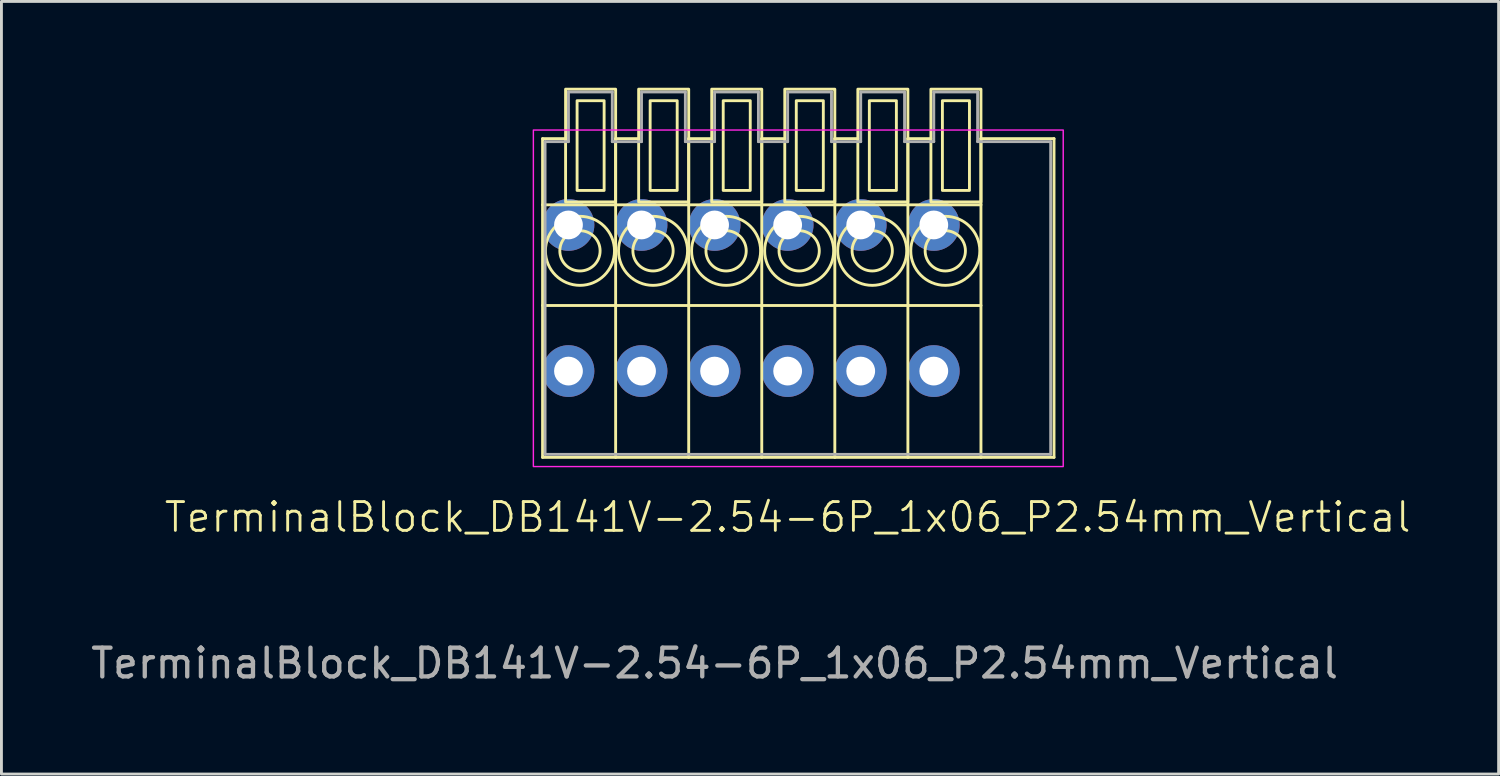
<source format=kicad_pcb>
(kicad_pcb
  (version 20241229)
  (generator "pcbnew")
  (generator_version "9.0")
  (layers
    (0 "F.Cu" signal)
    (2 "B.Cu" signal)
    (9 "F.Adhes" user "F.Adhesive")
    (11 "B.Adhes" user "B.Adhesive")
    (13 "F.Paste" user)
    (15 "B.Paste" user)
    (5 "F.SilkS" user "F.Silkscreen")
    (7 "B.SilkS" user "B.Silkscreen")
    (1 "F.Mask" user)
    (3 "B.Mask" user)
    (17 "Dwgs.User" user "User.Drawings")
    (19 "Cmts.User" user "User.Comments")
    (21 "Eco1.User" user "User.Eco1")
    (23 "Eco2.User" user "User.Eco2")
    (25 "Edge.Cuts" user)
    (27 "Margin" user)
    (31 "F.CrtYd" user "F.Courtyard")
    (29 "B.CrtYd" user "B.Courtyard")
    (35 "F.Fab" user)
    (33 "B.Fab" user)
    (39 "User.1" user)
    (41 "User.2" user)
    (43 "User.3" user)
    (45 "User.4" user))
  (footprint "TerminalBlock_DB141V-2.54-6P_1x06_P2.54mm_Vertical"
    (layer "F.Cu")
    (at 16.712 9.85)
    (property "Reference" "TerminalBlock_DB141V-2.54-6P_1x06_P2.54mm_Vertical" (at 7.62 5.08 0) (unlocked yes) (layer "F.SilkS") (effects (font (size 1 1) (thickness 0.1))))
    (attr through_hole)
    (fp_line (start -0.9 3) (end -0.9 -8.08) (stroke (width 0.1) (type default)) (layer "F.SilkS"))
    (fp_line (start -0.1 -8.08) (end -0.9 -8.08) (stroke (width 0.1) (type default)) (layer "F.SilkS"))
    (fp_line (start 1.64 3) (end 1.64 -8.08) (stroke (width 0.1) (type default)) (layer "F.SilkS"))
    (fp_line (start 2.44 -8.08) (end 1.64 -8.08) (stroke (width 0.1) (type default)) (layer "F.SilkS"))
    (fp_line (start 4.18 3) (end 4.18 -8.08) (stroke (width 0.1) (type default)) (layer "F.SilkS"))
    (fp_line (start 4.98 -8.08) (end 4.18 -8.08) (stroke (width 0.1) (type default)) (layer "F.SilkS"))
    (fp_line (start 6.72 3) (end 6.72 -8.08) (stroke (width 0.1) (type default)) (layer "F.SilkS"))
    (fp_line (start 7.52 -8.08) (end 6.72 -8.08) (stroke (width 0.1) (type default)) (layer "F.SilkS"))
    (fp_line (start 9.26 3) (end 9.26 -8.08) (stroke (width 0.1) (type default)) (layer "F.SilkS"))
    (fp_line (start 10.06 -8.08) (end 9.26 -8.08) (stroke (width 0.1) (type default)) (layer "F.SilkS"))
    (fp_line (start 11.8 3) (end 11.8 -8.08) (stroke (width 0.1) (type default)) (layer "F.SilkS"))
    (fp_line (start 12.6 -8.08) (end 11.8 -8.08) (stroke (width 0.1) (type default)) (layer "F.SilkS"))
    (fp_line (start 14.34 -5.78) (end -0.9 -5.78) (stroke (width 0.1) (type default)) (layer "F.SilkS"))
    (fp_line (start 14.34 -2.28) (end -0.9 -2.28) (stroke (width 0.1) (type default)) (layer "F.SilkS"))
    (fp_line (start 14.34 3) (end 14.34 -8.08) (stroke (width 0.1) (type default)) (layer "F.SilkS"))
    (fp_line (start 16.88 -8.08) (end 14.34 -8.08) (stroke (width 0.1) (type default)) (layer "F.SilkS"))
    (fp_line (start 16.88 -8.08) (end 16.88 3) (stroke (width 0.1) (type default)) (layer "F.SilkS"))
    (fp_line (start 16.88 3) (end -0.9 3) (stroke (width 0.1) (type default)) (layer "F.SilkS"))
    (fp_rect (start 1.24 -6.28) (end 0.3 -9.4) (stroke (width 0.1) (type default)) (fill no) (layer "F.SilkS"))
    (fp_rect (start 1.64 -5.88) (end -0.1 -9.8) (stroke (width 0.1) (type default)) (fill no) (layer "F.SilkS"))
    (fp_rect (start 3.78 -6.28) (end 2.84 -9.4) (stroke (width 0.1) (type default)) (fill no) (layer "F.SilkS"))
    (fp_rect (start 4.18 -5.88) (end 2.44 -9.8) (stroke (width 0.1) (type default)) (fill no) (layer "F.SilkS"))
    (fp_rect (start 6.32 -6.28) (end 5.38 -9.4) (stroke (width 0.1) (type default)) (fill no) (layer "F.SilkS"))
    (fp_rect (start 6.72 -5.88) (end 4.98 -9.8) (stroke (width 0.1) (type default)) (fill no) (layer "F.SilkS"))
    (fp_rect (start 8.86 -6.28) (end 7.92 -9.4) (stroke (width 0.1) (type default)) (fill no) (layer "F.SilkS"))
    (fp_rect (start 9.26 -5.88) (end 7.52 -9.8) (stroke (width 0.1) (type default)) (fill no) (layer "F.SilkS"))
    (fp_rect (start 11.4 -6.28) (end 10.46 -9.4) (stroke (width 0.1) (type default)) (fill no) (layer "F.SilkS"))
    (fp_rect (start 11.8 -5.88) (end 10.06 -9.8) (stroke (width 0.1) (type default)) (fill no) (layer "F.SilkS"))
    (fp_rect (start 13.94 -6.28) (end 13 -9.4) (stroke (width 0.1) (type default)) (fill no) (layer "F.SilkS"))
    (fp_rect (start 14.34 -5.88) (end 12.6 -9.8) (stroke (width 0.1) (type default)) (fill no) (layer "F.SilkS"))
    (fp_circle (center 0.4 -4.18) (end -0.8 -4.18) (stroke (width 0.1) (type default)) (fill no) (layer "F.SilkS"))
    (fp_circle (center 0.4 -4.18) (end -0.3 -4.18) (stroke (width 0.1) (type default)) (fill no) (layer "F.SilkS"))
    (fp_circle (center 2.94 -4.18) (end 1.74 -4.18) (stroke (width 0.1) (type default)) (fill no) (layer "F.SilkS"))
    (fp_circle (center 2.94 -4.18) (end 2.24 -4.18) (stroke (width 0.1) (type default)) (fill no) (layer "F.SilkS"))
    (fp_circle (center 5.48 -4.18) (end 4.28 -4.18) (stroke (width 0.1) (type default)) (fill no) (layer "F.SilkS"))
    (fp_circle (center 5.48 -4.18) (end 4.78 -4.18) (stroke (width 0.1) (type default)) (fill no) (layer "F.SilkS"))
    (fp_circle (center 8.02 -4.18) (end 6.82 -4.18) (stroke (width 0.1) (type default)) (fill no) (layer "F.SilkS"))
    (fp_circle (center 8.02 -4.18) (end 7.32 -4.18) (stroke (width 0.1) (type default)) (fill no) (layer "F.SilkS"))
    (fp_circle (center 10.56 -4.18) (end 9.36 -4.18) (stroke (width 0.1) (type default)) (fill no) (layer "F.SilkS"))
    (fp_circle (center 10.56 -4.18) (end 9.86 -4.18) (stroke (width 0.1) (type default)) (fill no) (layer "F.SilkS"))
    (fp_circle (center 13.1 -4.18) (end 11.9 -4.18) (stroke (width 0.1) (type default)) (fill no) (layer "F.SilkS"))
    (fp_circle (center 13.1 -4.18) (end 12.4 -4.18) (stroke (width 0.1) (type default)) (fill no) (layer "F.SilkS"))
    (fp_rect (start 17.2 3.32) (end -1.22 -8.38) (stroke (width 0.05) (type default)) (fill no) (layer "F.CrtYd"))
    (fp_line (start -0.813 -7.976) (end 0 -7.976) (stroke (width 0.1) (type default)) (layer "F.Fab"))
    (fp_line (start -0.813 2.896) (end -0.813 -7.976) (stroke (width 0.1) (type default)) (layer "F.Fab"))
    (fp_line (start 0 -9.703) (end 1.524 -9.703) (stroke (width 0.1) (type default)) (layer "F.Fab"))
    (fp_line (start 0 -7.976) (end 0 -9.703) (stroke (width 0.1) (type default)) (layer "F.Fab"))
    (fp_line (start 1.524 -9.703) (end 1.524 -7.976) (stroke (width 0.1) (type default)) (layer "F.Fab"))
    (fp_line (start 1.524 -7.976) (end 2.54 -7.976) (stroke (width 0.1) (type default)) (layer "F.Fab"))
    (fp_line (start 2.54 -9.703) (end 4.064 -9.703) (stroke (width 0.1) (type default)) (layer "F.Fab"))
    (fp_line (start 2.54 -7.976) (end 2.54 -9.703) (stroke (width 0.1) (type default)) (layer "F.Fab"))
    (fp_line (start 4.064 -9.703) (end 4.064 -7.976) (stroke (width 0.1) (type default)) (layer "F.Fab"))
    (fp_line (start 4.064 -7.976) (end 5.08 -7.976) (stroke (width 0.1) (type default)) (layer "F.Fab"))
    (fp_line (start 5.08 -9.703) (end 6.604 -9.703) (stroke (width 0.1) (type default)) (layer "F.Fab"))
    (fp_line (start 5.08 -7.976) (end 5.08 -9.703) (stroke (width 0.1) (type default)) (layer "F.Fab"))
    (fp_line (start 6.604 -9.703) (end 6.604 -7.976) (stroke (width 0.1) (type default)) (layer "F.Fab"))
    (fp_line (start 6.604 -7.976) (end 7.62 -7.976) (stroke (width 0.1) (type default)) (layer "F.Fab"))
    (fp_line (start 7.62 -9.703) (end 9.144 -9.703) (stroke (width 0.1) (type default)) (layer "F.Fab"))
    (fp_line (start 7.62 -7.976) (end 7.62 -9.703) (stroke (width 0.1) (type default)) (layer "F.Fab"))
    (fp_line (start 9.144 -9.703) (end 9.144 -7.976) (stroke (width 0.1) (type default)) (layer "F.Fab"))
    (fp_line (start 9.144 -7.976) (end 10.16 -7.976) (stroke (width 0.1) (type default)) (layer "F.Fab"))
    (fp_line (start 10.16 -9.703) (end 11.684 -9.703) (stroke (width 0.1) (type default)) (layer "F.Fab"))
    (fp_line (start 10.16 -7.976) (end 10.16 -9.703) (stroke (width 0.1) (type default)) (layer "F.Fab"))
    (fp_line (start 11.684 -9.703) (end 11.684 -7.976) (stroke (width 0.1) (type default)) (layer "F.Fab"))
    (fp_line (start 11.684 -7.976) (end 12.7 -7.976) (stroke (width 0.1) (type default)) (layer "F.Fab"))
    (fp_line (start 12.7 -9.703) (end 14.224 -9.703) (stroke (width 0.1) (type default)) (layer "F.Fab"))
    (fp_line (start 12.7 -7.976) (end 12.7 -9.703) (stroke (width 0.1) (type default)) (layer "F.Fab"))
    (fp_line (start 14.224 -9.703) (end 14.224 -7.976) (stroke (width 0.1) (type default)) (layer "F.Fab"))
    (fp_line (start 14.224 -7.976) (end 16.764 -7.976) (stroke (width 0.1) (type default)) (layer "F.Fab"))
    (fp_line (start 16.764 -7.976) (end 16.764 2.896) (stroke (width 0.1) (type default)) (layer "F.Fab"))
    (fp_line (start 16.764 2.896) (end -0.813 2.896) (stroke (width 0.1) (type default)) (layer "F.Fab"))
    (fp_text user "${REFERENCE}" (at 5.08 10.16 0) (unlocked yes) (layer "F.Fab") (effects (font (size 1 1) (thickness 0.15))))
    (pad "1" thru_hole circle (at 0 -5.08 180) (size 1.8 1.8) (drill 1) (layers "*.Cu" "*.Mask"))
    (pad "1" thru_hole circle (at 0 0 180) (size 1.8 1.8) (drill 1) (layers "*.Cu" "*.Mask"))
    (pad "2" thru_hole circle (at 2.54 -5.08 180) (size 1.8 1.8) (drill 1) (layers "*.Cu" "*.Mask"))
    (pad "2" thru_hole circle (at 2.54 0 180) (size 1.8 1.8) (drill 1) (layers "*.Cu" "*.Mask"))
    (pad "3" thru_hole circle (at 5.08 -5.08 180) (size 1.8 1.8) (drill 1) (layers "*.Cu" "*.Mask"))
    (pad "3" thru_hole circle (at 5.08 0 180) (size 1.8 1.8) (drill 1) (layers "*.Cu" "*.Mask"))
    (pad "4" thru_hole circle (at 7.62 -5.08 180) (size 1.8 1.8) (drill 1) (layers "*.Cu" "*.Mask"))
    (pad "4" thru_hole circle (at 7.62 0 180) (size 1.8 1.8) (drill 1) (layers "*.Cu" "*.Mask"))
    (pad "5" thru_hole circle (at 10.16 -5.08 180) (size 1.8 1.8) (drill 1) (layers "*.Cu" "*.Mask"))
    (pad "5" thru_hole circle (at 10.16 0 180) (size 1.8 1.8) (drill 1) (layers "*.Cu" "*.Mask"))
    (pad "6" thru_hole circle (at 12.7 -5.08 180) (size 1.8 1.8) (drill 1) (layers "*.Cu" "*.Mask"))
    (pad "6" thru_hole circle (at 12.7 0 180) (size 1.8 1.8) (drill 1) (layers "*.Cu" "*.Mask")))
  (gr_rect
    (start -3 -3)
    (end 49.048 23.858)
    (stroke (width 0.1) (type default))
    (fill no)
    (layer "Edge.Cuts")))
</source>
